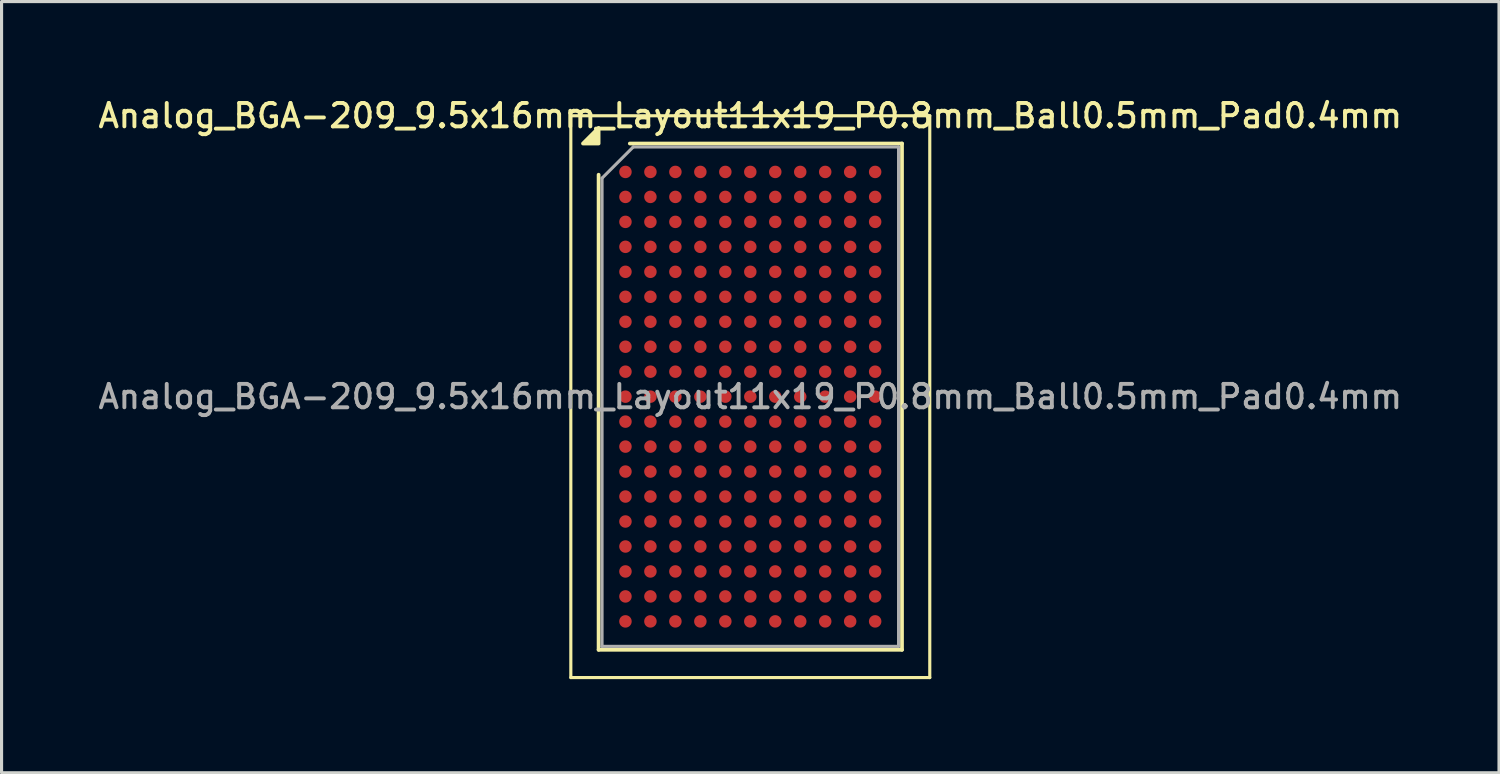
<source format=kicad_pcb>
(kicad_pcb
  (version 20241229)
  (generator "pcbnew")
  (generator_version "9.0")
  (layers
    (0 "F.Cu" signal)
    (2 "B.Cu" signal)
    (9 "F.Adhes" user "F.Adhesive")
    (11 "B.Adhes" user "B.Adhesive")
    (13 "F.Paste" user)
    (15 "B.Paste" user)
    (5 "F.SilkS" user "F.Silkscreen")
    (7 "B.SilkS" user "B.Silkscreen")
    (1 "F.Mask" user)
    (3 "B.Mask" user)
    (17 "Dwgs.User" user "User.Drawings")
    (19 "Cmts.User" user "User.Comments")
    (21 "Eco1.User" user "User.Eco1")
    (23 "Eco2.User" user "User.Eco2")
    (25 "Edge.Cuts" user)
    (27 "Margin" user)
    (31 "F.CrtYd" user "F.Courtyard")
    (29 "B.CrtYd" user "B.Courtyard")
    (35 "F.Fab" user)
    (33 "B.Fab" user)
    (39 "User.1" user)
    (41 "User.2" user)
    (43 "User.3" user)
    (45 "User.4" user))
  (footprint "Analog_BGA-209_9.5x16mm_Layout11x19_P0.8mm_Ball0.5mm_Pad0.4mm"
    (layer "F.Cu")
    (at 20.988 9.658)
    (property "Reference" "Analog_BGA-209_9.5x16mm_Layout11x19_P0.8mm_Ball0.5mm_Pad0.4mm" (at 0 -9 0) (layer "F.SilkS") (effects (font (size 0.75 0.75) (thickness 0.125))))
    (attr smd)
    (fp_line (start -5.75 -9) (end -5.75 9) (stroke (width 0.1) (type solid)) (layer "F.SilkS"))
    (fp_line (start -5.75 9) (end 5.75 9) (stroke (width 0.1) (type solid)) (layer "F.SilkS"))
    (fp_line (start -4.86 8.11) (end -4.86 -7.11) (stroke (width 0.12) (type solid)) (layer "F.SilkS"))
    (fp_line (start -3.86 -8.11) (end 4.86 -8.11) (stroke (width 0.12) (type solid)) (layer "F.SilkS"))
    (fp_line (start 4.86 -8.11) (end 4.86 8.11) (stroke (width 0.12) (type solid)) (layer "F.SilkS"))
    (fp_line (start 4.86 8.11) (end -4.86 8.11) (stroke (width 0.12) (type solid)) (layer "F.SilkS"))
    (fp_line (start 5.75 -9) (end -5.75 -9) (stroke (width 0.1) (type solid)) (layer "F.SilkS"))
    (fp_line (start 5.75 9) (end 5.75 -9) (stroke (width 0.1) (type solid)) (layer "F.SilkS"))
    (fp_poly (pts (xy -4.86 -8.11) (xy -5.36 -8.11) (xy -4.86 -8.61) (xy -4.86 -8.11)) (stroke (width 0.12) (type solid)) (fill yes) (layer "F.SilkS"))
    (fp_line (start -4.75 -7) (end -3.75 -8) (stroke (width 0.1) (type solid)) (layer "F.Fab"))
    (fp_line (start -4.75 8) (end -4.75 -7) (stroke (width 0.1) (type solid)) (layer "F.Fab"))
    (fp_line (start -3.75 -8) (end 4.75 -8) (stroke (width 0.1) (type solid)) (layer "F.Fab"))
    (fp_line (start 4.75 -8) (end 4.75 8) (stroke (width 0.1) (type solid)) (layer "F.Fab"))
    (fp_line (start 4.75 8) (end -4.75 8) (stroke (width 0.1) (type solid)) (layer "F.Fab"))
    (fp_text user "${REFERENCE}" (at 0 0 0) (layer "F.Fab") (effects (font (size 0.75 0.75) (thickness 0.125))))
    (pad "A1" smd circle (at -4 -7.2) (size 0.4 0.4) (property pad_prop_bga) (layers "F.Cu" "F.Mask" "F.Paste"))
    (pad "A2" smd circle (at -3.2 -7.2) (size 0.4 0.4) (property pad_prop_bga) (layers "F.Cu" "F.Mask" "F.Paste"))
    (pad "A3" smd circle (at -2.4 -7.2) (size 0.4 0.4) (property pad_prop_bga) (layers "F.Cu" "F.Mask" "F.Paste"))
    (pad "A4" smd circle (at -1.6 -7.2) (size 0.4 0.4) (property pad_prop_bga) (layers "F.Cu" "F.Mask" "F.Paste"))
    (pad "A5" smd circle (at -0.8 -7.2) (size 0.4 0.4) (property pad_prop_bga) (layers "F.Cu" "F.Mask" "F.Paste"))
    (pad "A6" smd circle (at 0 -7.2) (size 0.4 0.4) (property pad_prop_bga) (layers "F.Cu" "F.Mask" "F.Paste"))
    (pad "A7" smd circle (at 0.8 -7.2) (size 0.4 0.4) (property pad_prop_bga) (layers "F.Cu" "F.Mask" "F.Paste"))
    (pad "A8" smd circle (at 1.6 -7.2) (size 0.4 0.4) (property pad_prop_bga) (layers "F.Cu" "F.Mask" "F.Paste"))
    (pad "A9" smd circle (at 2.4 -7.2) (size 0.4 0.4) (property pad_prop_bga) (layers "F.Cu" "F.Mask" "F.Paste"))
    (pad "A10" smd circle (at 3.2 -7.2) (size 0.4 0.4) (property pad_prop_bga) (layers "F.Cu" "F.Mask" "F.Paste"))
    (pad "A11" smd circle (at 4 -7.2) (size 0.4 0.4) (property pad_prop_bga) (layers "F.Cu" "F.Mask" "F.Paste"))
    (pad "B1" smd circle (at -4 -6.4) (size 0.4 0.4) (property pad_prop_bga) (layers "F.Cu" "F.Mask" "F.Paste"))
    (pad "B2" smd circle (at -3.2 -6.4) (size 0.4 0.4) (property pad_prop_bga) (layers "F.Cu" "F.Mask" "F.Paste"))
    (pad "B3" smd circle (at -2.4 -6.4) (size 0.4 0.4) (property pad_prop_bga) (layers "F.Cu" "F.Mask" "F.Paste"))
    (pad "B4" smd circle (at -1.6 -6.4) (size 0.4 0.4) (property pad_prop_bga) (layers "F.Cu" "F.Mask" "F.Paste"))
    (pad "B5" smd circle (at -0.8 -6.4) (size 0.4 0.4) (property pad_prop_bga) (layers "F.Cu" "F.Mask" "F.Paste"))
    (pad "B6" smd circle (at 0 -6.4) (size 0.4 0.4) (property pad_prop_bga) (layers "F.Cu" "F.Mask" "F.Paste"))
    (pad "B7" smd circle (at 0.8 -6.4) (size 0.4 0.4) (property pad_prop_bga) (layers "F.Cu" "F.Mask" "F.Paste"))
    (pad "B8" smd circle (at 1.6 -6.4) (size 0.4 0.4) (property pad_prop_bga) (layers "F.Cu" "F.Mask" "F.Paste"))
    (pad "B9" smd circle (at 2.4 -6.4) (size 0.4 0.4) (property pad_prop_bga) (layers "F.Cu" "F.Mask" "F.Paste"))
    (pad "B10" smd circle (at 3.2 -6.4) (size 0.4 0.4) (property pad_prop_bga) (layers "F.Cu" "F.Mask" "F.Paste"))
    (pad "B11" smd circle (at 4 -6.4) (size 0.4 0.4) (property pad_prop_bga) (layers "F.Cu" "F.Mask" "F.Paste"))
    (pad "C1" smd circle (at -4 -5.6) (size 0.4 0.4) (property pad_prop_bga) (layers "F.Cu" "F.Mask" "F.Paste"))
    (pad "C2" smd circle (at -3.2 -5.6) (size 0.4 0.4) (property pad_prop_bga) (layers "F.Cu" "F.Mask" "F.Paste"))
    (pad "C3" smd circle (at -2.4 -5.6) (size 0.4 0.4) (property pad_prop_bga) (layers "F.Cu" "F.Mask" "F.Paste"))
    (pad "C4" smd circle (at -1.6 -5.6) (size 0.4 0.4) (property pad_prop_bga) (layers "F.Cu" "F.Mask" "F.Paste"))
    (pad "C5" smd circle (at -0.8 -5.6) (size 0.4 0.4) (property pad_prop_bga) (layers "F.Cu" "F.Mask" "F.Paste"))
    (pad "C6" smd circle (at 0 -5.6) (size 0.4 0.4) (property pad_prop_bga) (layers "F.Cu" "F.Mask" "F.Paste"))
    (pad "C7" smd circle (at 0.8 -5.6) (size 0.4 0.4) (property pad_prop_bga) (layers "F.Cu" "F.Mask" "F.Paste"))
    (pad "C8" smd circle (at 1.6 -5.6) (size 0.4 0.4) (property pad_prop_bga) (layers "F.Cu" "F.Mask" "F.Paste"))
    (pad "C9" smd circle (at 2.4 -5.6) (size 0.4 0.4) (property pad_prop_bga) (layers "F.Cu" "F.Mask" "F.Paste"))
    (pad "C10" smd circle (at 3.2 -5.6) (size 0.4 0.4) (property pad_prop_bga) (layers "F.Cu" "F.Mask" "F.Paste"))
    (pad "C11" smd circle (at 4 -5.6) (size 0.4 0.4) (property pad_prop_bga) (layers "F.Cu" "F.Mask" "F.Paste"))
    (pad "D1" smd circle (at -4 -4.8) (size 0.4 0.4) (property pad_prop_bga) (layers "F.Cu" "F.Mask" "F.Paste"))
    (pad "D2" smd circle (at -3.2 -4.8) (size 0.4 0.4) (property pad_prop_bga) (layers "F.Cu" "F.Mask" "F.Paste"))
    (pad "D3" smd circle (at -2.4 -4.8) (size 0.4 0.4) (property pad_prop_bga) (layers "F.Cu" "F.Mask" "F.Paste"))
    (pad "D4" smd circle (at -1.6 -4.8) (size 0.4 0.4) (property pad_prop_bga) (layers "F.Cu" "F.Mask" "F.Paste"))
    (pad "D5" smd circle (at -0.8 -4.8) (size 0.4 0.4) (property pad_prop_bga) (layers "F.Cu" "F.Mask" "F.Paste"))
    (pad "D6" smd circle (at 0 -4.8) (size 0.4 0.4) (property pad_prop_bga) (layers "F.Cu" "F.Mask" "F.Paste"))
    (pad "D7" smd circle (at 0.8 -4.8) (size 0.4 0.4) (property pad_prop_bga) (layers "F.Cu" "F.Mask" "F.Paste"))
    (pad "D8" smd circle (at 1.6 -4.8) (size 0.4 0.4) (property pad_prop_bga) (layers "F.Cu" "F.Mask" "F.Paste"))
    (pad "D9" smd circle (at 2.4 -4.8) (size 0.4 0.4) (property pad_prop_bga) (layers "F.Cu" "F.Mask" "F.Paste"))
    (pad "D10" smd circle (at 3.2 -4.8) (size 0.4 0.4) (property pad_prop_bga) (layers "F.Cu" "F.Mask" "F.Paste"))
    (pad "D11" smd circle (at 4 -4.8) (size 0.4 0.4) (property pad_prop_bga) (layers "F.Cu" "F.Mask" "F.Paste"))
    (pad "E1" smd circle (at -4 -4) (size 0.4 0.4) (property pad_prop_bga) (layers "F.Cu" "F.Mask" "F.Paste"))
    (pad "E2" smd circle (at -3.2 -4) (size 0.4 0.4) (property pad_prop_bga) (layers "F.Cu" "F.Mask" "F.Paste"))
    (pad "E3" smd circle (at -2.4 -4) (size 0.4 0.4) (property pad_prop_bga) (layers "F.Cu" "F.Mask" "F.Paste"))
    (pad "E4" smd circle (at -1.6 -4) (size 0.4 0.4) (property pad_prop_bga) (layers "F.Cu" "F.Mask" "F.Paste"))
    (pad "E5" smd circle (at -0.8 -4) (size 0.4 0.4) (property pad_prop_bga) (layers "F.Cu" "F.Mask" "F.Paste"))
    (pad "E6" smd circle (at 0 -4) (size 0.4 0.4) (property pad_prop_bga) (layers "F.Cu" "F.Mask" "F.Paste"))
    (pad "E7" smd circle (at 0.8 -4) (size 0.4 0.4) (property pad_prop_bga) (layers "F.Cu" "F.Mask" "F.Paste"))
    (pad "E8" smd circle (at 1.6 -4) (size 0.4 0.4) (property pad_prop_bga) (layers "F.Cu" "F.Mask" "F.Paste"))
    (pad "E9" smd circle (at 2.4 -4) (size 0.4 0.4) (property pad_prop_bga) (layers "F.Cu" "F.Mask" "F.Paste"))
    (pad "E10" smd circle (at 3.2 -4) (size 0.4 0.4) (property pad_prop_bga) (layers "F.Cu" "F.Mask" "F.Paste"))
    (pad "E11" smd circle (at 4 -4) (size 0.4 0.4) (property pad_prop_bga) (layers "F.Cu" "F.Mask" "F.Paste"))
    (pad "F1" smd circle (at -4 -3.2) (size 0.4 0.4) (property pad_prop_bga) (layers "F.Cu" "F.Mask" "F.Paste"))
    (pad "F2" smd circle (at -3.2 -3.2) (size 0.4 0.4) (property pad_prop_bga) (layers "F.Cu" "F.Mask" "F.Paste"))
    (pad "F3" smd circle (at -2.4 -3.2) (size 0.4 0.4) (property pad_prop_bga) (layers "F.Cu" "F.Mask" "F.Paste"))
    (pad "F4" smd circle (at -1.6 -3.2) (size 0.4 0.4) (property pad_prop_bga) (layers "F.Cu" "F.Mask" "F.Paste"))
    (pad "F5" smd circle (at -0.8 -3.2) (size 0.4 0.4) (property pad_prop_bga) (layers "F.Cu" "F.Mask" "F.Paste"))
    (pad "F6" smd circle (at 0 -3.2) (size 0.4 0.4) (property pad_prop_bga) (layers "F.Cu" "F.Mask" "F.Paste"))
    (pad "F7" smd circle (at 0.8 -3.2) (size 0.4 0.4) (property pad_prop_bga) (layers "F.Cu" "F.Mask" "F.Paste"))
    (pad "F8" smd circle (at 1.6 -3.2) (size 0.4 0.4) (property pad_prop_bga) (layers "F.Cu" "F.Mask" "F.Paste"))
    (pad "F9" smd circle (at 2.4 -3.2) (size 0.4 0.4) (property pad_prop_bga) (layers "F.Cu" "F.Mask" "F.Paste"))
    (pad "F10" smd circle (at 3.2 -3.2) (size 0.4 0.4) (property pad_prop_bga) (layers "F.Cu" "F.Mask" "F.Paste"))
    (pad "F11" smd circle (at 4 -3.2) (size 0.4 0.4) (property pad_prop_bga) (layers "F.Cu" "F.Mask" "F.Paste"))
    (pad "G1" smd circle (at -4 -2.4) (size 0.4 0.4) (property pad_prop_bga) (layers "F.Cu" "F.Mask" "F.Paste"))
    (pad "G2" smd circle (at -3.2 -2.4) (size 0.4 0.4) (property pad_prop_bga) (layers "F.Cu" "F.Mask" "F.Paste"))
    (pad "G3" smd circle (at -2.4 -2.4) (size 0.4 0.4) (property pad_prop_bga) (layers "F.Cu" "F.Mask" "F.Paste"))
    (pad "G4" smd circle (at -1.6 -2.4) (size 0.4 0.4) (property pad_prop_bga) (layers "F.Cu" "F.Mask" "F.Paste"))
    (pad "G5" smd circle (at -0.8 -2.4) (size 0.4 0.4) (property pad_prop_bga) (layers "F.Cu" "F.Mask" "F.Paste"))
    (pad "G6" smd circle (at 0 -2.4) (size 0.4 0.4) (property pad_prop_bga) (layers "F.Cu" "F.Mask" "F.Paste"))
    (pad "G7" smd circle (at 0.8 -2.4) (size 0.4 0.4) (property pad_prop_bga) (layers "F.Cu" "F.Mask" "F.Paste"))
    (pad "G8" smd circle (at 1.6 -2.4) (size 0.4 0.4) (property pad_prop_bga) (layers "F.Cu" "F.Mask" "F.Paste"))
    (pad "G9" smd circle (at 2.4 -2.4) (size 0.4 0.4) (property pad_prop_bga) (layers "F.Cu" "F.Mask" "F.Paste"))
    (pad "G10" smd circle (at 3.2 -2.4) (size 0.4 0.4) (property pad_prop_bga) (layers "F.Cu" "F.Mask" "F.Paste"))
    (pad "G11" smd circle (at 4 -2.4) (size 0.4 0.4) (property pad_prop_bga) (layers "F.Cu" "F.Mask" "F.Paste"))
    (pad "H1" smd circle (at -4 -1.6) (size 0.4 0.4) (property pad_prop_bga) (layers "F.Cu" "F.Mask" "F.Paste"))
    (pad "H2" smd circle (at -3.2 -1.6) (size 0.4 0.4) (property pad_prop_bga) (layers "F.Cu" "F.Mask" "F.Paste"))
    (pad "H3" smd circle (at -2.4 -1.6) (size 0.4 0.4) (property pad_prop_bga) (layers "F.Cu" "F.Mask" "F.Paste"))
    (pad "H4" smd circle (at -1.6 -1.6) (size 0.4 0.4) (property pad_prop_bga) (layers "F.Cu" "F.Mask" "F.Paste"))
    (pad "H5" smd circle (at -0.8 -1.6) (size 0.4 0.4) (property pad_prop_bga) (layers "F.Cu" "F.Mask" "F.Paste"))
    (pad "H6" smd circle (at 0 -1.6) (size 0.4 0.4) (property pad_prop_bga) (layers "F.Cu" "F.Mask" "F.Paste"))
    (pad "H7" smd circle (at 0.8 -1.6) (size 0.4 0.4) (property pad_prop_bga) (layers "F.Cu" "F.Mask" "F.Paste"))
    (pad "H8" smd circle (at 1.6 -1.6) (size 0.4 0.4) (property pad_prop_bga) (layers "F.Cu" "F.Mask" "F.Paste"))
    (pad "H9" smd circle (at 2.4 -1.6) (size 0.4 0.4) (property pad_prop_bga) (layers "F.Cu" "F.Mask" "F.Paste"))
    (pad "H10" smd circle (at 3.2 -1.6) (size 0.4 0.4) (property pad_prop_bga) (layers "F.Cu" "F.Mask" "F.Paste"))
    (pad "H11" smd circle (at 4 -1.6) (size 0.4 0.4) (property pad_prop_bga) (layers "F.Cu" "F.Mask" "F.Paste"))
    (pad "J1" smd circle (at -4 -0.8) (size 0.4 0.4) (property pad_prop_bga) (layers "F.Cu" "F.Mask" "F.Paste"))
    (pad "J2" smd circle (at -3.2 -0.8) (size 0.4 0.4) (property pad_prop_bga) (layers "F.Cu" "F.Mask" "F.Paste"))
    (pad "J3" smd circle (at -2.4 -0.8) (size 0.4 0.4) (property pad_prop_bga) (layers "F.Cu" "F.Mask" "F.Paste"))
    (pad "J4" smd circle (at -1.6 -0.8) (size 0.4 0.4) (property pad_prop_bga) (layers "F.Cu" "F.Mask" "F.Paste"))
    (pad "J5" smd circle (at -0.8 -0.8) (size 0.4 0.4) (property pad_prop_bga) (layers "F.Cu" "F.Mask" "F.Paste"))
    (pad "J6" smd circle (at 0 -0.8) (size 0.4 0.4) (property pad_prop_bga) (layers "F.Cu" "F.Mask" "F.Paste"))
    (pad "J7" smd circle (at 0.8 -0.8) (size 0.4 0.4) (property pad_prop_bga) (layers "F.Cu" "F.Mask" "F.Paste"))
    (pad "J8" smd circle (at 1.6 -0.8) (size 0.4 0.4) (property pad_prop_bga) (layers "F.Cu" "F.Mask" "F.Paste"))
    (pad "J9" smd circle (at 2.4 -0.8) (size 0.4 0.4) (property pad_prop_bga) (layers "F.Cu" "F.Mask" "F.Paste"))
    (pad "J10" smd circle (at 3.2 -0.8) (size 0.4 0.4) (property pad_prop_bga) (layers "F.Cu" "F.Mask" "F.Paste"))
    (pad "J11" smd circle (at 4 -0.8) (size 0.4 0.4) (property pad_prop_bga) (layers "F.Cu" "F.Mask" "F.Paste"))
    (pad "K1" smd circle (at -4 0) (size 0.4 0.4) (property pad_prop_bga) (layers "F.Cu" "F.Mask" "F.Paste"))
    (pad "K2" smd circle (at -3.2 0) (size 0.4 0.4) (property pad_prop_bga) (layers "F.Cu" "F.Mask" "F.Paste"))
    (pad "K3" smd circle (at -2.4 0) (size 0.4 0.4) (property pad_prop_bga) (layers "F.Cu" "F.Mask" "F.Paste"))
    (pad "K4" smd circle (at -1.6 0) (size 0.4 0.4) (property pad_prop_bga) (layers "F.Cu" "F.Mask" "F.Paste"))
    (pad "K5" smd circle (at -0.8 0) (size 0.4 0.4) (property pad_prop_bga) (layers "F.Cu" "F.Mask" "F.Paste"))
    (pad "K6" smd circle (at 0 0) (size 0.4 0.4) (property pad_prop_bga) (layers "F.Cu" "F.Mask" "F.Paste"))
    (pad "K7" smd circle (at 0.8 0) (size 0.4 0.4) (property pad_prop_bga) (layers "F.Cu" "F.Mask" "F.Paste"))
    (pad "K8" smd circle (at 1.6 0) (size 0.4 0.4) (property pad_prop_bga) (layers "F.Cu" "F.Mask" "F.Paste"))
    (pad "K9" smd circle (at 2.4 0) (size 0.4 0.4) (property pad_prop_bga) (layers "F.Cu" "F.Mask" "F.Paste"))
    (pad "K10" smd circle (at 3.2 0) (size 0.4 0.4) (property pad_prop_bga) (layers "F.Cu" "F.Mask" "F.Paste"))
    (pad "K11" smd circle (at 4 0) (size 0.4 0.4) (property pad_prop_bga) (layers "F.Cu" "F.Mask" "F.Paste"))
    (pad "L1" smd circle (at -4 0.8) (size 0.4 0.4) (property pad_prop_bga) (layers "F.Cu" "F.Mask" "F.Paste"))
    (pad "L2" smd circle (at -3.2 0.8) (size 0.4 0.4) (property pad_prop_bga) (layers "F.Cu" "F.Mask" "F.Paste"))
    (pad "L3" smd circle (at -2.4 0.8) (size 0.4 0.4) (property pad_prop_bga) (layers "F.Cu" "F.Mask" "F.Paste"))
    (pad "L4" smd circle (at -1.6 0.8) (size 0.4 0.4) (property pad_prop_bga) (layers "F.Cu" "F.Mask" "F.Paste"))
    (pad "L5" smd circle (at -0.8 0.8) (size 0.4 0.4) (property pad_prop_bga) (layers "F.Cu" "F.Mask" "F.Paste"))
    (pad "L6" smd circle (at 0 0.8) (size 0.4 0.4) (property pad_prop_bga) (layers "F.Cu" "F.Mask" "F.Paste"))
    (pad "L7" smd circle (at 0.8 0.8) (size 0.4 0.4) (property pad_prop_bga) (layers "F.Cu" "F.Mask" "F.Paste"))
    (pad "L8" smd circle (at 1.6 0.8) (size 0.4 0.4) (property pad_prop_bga) (layers "F.Cu" "F.Mask" "F.Paste"))
    (pad "L9" smd circle (at 2.4 0.8) (size 0.4 0.4) (property pad_prop_bga) (layers "F.Cu" "F.Mask" "F.Paste"))
    (pad "L10" smd circle (at 3.2 0.8) (size 0.4 0.4) (property pad_prop_bga) (layers "F.Cu" "F.Mask" "F.Paste"))
    (pad "L11" smd circle (at 4 0.8) (size 0.4 0.4) (property pad_prop_bga) (layers "F.Cu" "F.Mask" "F.Paste"))
    (pad "M1" smd circle (at -4 1.6) (size 0.4 0.4) (property pad_prop_bga) (layers "F.Cu" "F.Mask" "F.Paste"))
    (pad "M2" smd circle (at -3.2 1.6) (size 0.4 0.4) (property pad_prop_bga) (layers "F.Cu" "F.Mask" "F.Paste"))
    (pad "M3" smd circle (at -2.4 1.6) (size 0.4 0.4) (property pad_prop_bga) (layers "F.Cu" "F.Mask" "F.Paste"))
    (pad "M4" smd circle (at -1.6 1.6) (size 0.4 0.4) (property pad_prop_bga) (layers "F.Cu" "F.Mask" "F.Paste"))
    (pad "M5" smd circle (at -0.8 1.6) (size 0.4 0.4) (property pad_prop_bga) (layers "F.Cu" "F.Mask" "F.Paste"))
    (pad "M6" smd circle (at 0 1.6) (size 0.4 0.4) (property pad_prop_bga) (layers "F.Cu" "F.Mask" "F.Paste"))
    (pad "M7" smd circle (at 0.8 1.6) (size 0.4 0.4) (property pad_prop_bga) (layers "F.Cu" "F.Mask" "F.Paste"))
    (pad "M8" smd circle (at 1.6 1.6) (size 0.4 0.4) (property pad_prop_bga) (layers "F.Cu" "F.Mask" "F.Paste"))
    (pad "M9" smd circle (at 2.4 1.6) (size 0.4 0.4) (property pad_prop_bga) (layers "F.Cu" "F.Mask" "F.Paste"))
    (pad "M10" smd circle (at 3.2 1.6) (size 0.4 0.4) (property pad_prop_bga) (layers "F.Cu" "F.Mask" "F.Paste"))
    (pad "M11" smd circle (at 4 1.6) (size 0.4 0.4) (property pad_prop_bga) (layers "F.Cu" "F.Mask" "F.Paste"))
    (pad "N1" smd circle (at -4 2.4) (size 0.4 0.4) (property pad_prop_bga) (layers "F.Cu" "F.Mask" "F.Paste"))
    (pad "N2" smd circle (at -3.2 2.4) (size 0.4 0.4) (property pad_prop_bga) (layers "F.Cu" "F.Mask" "F.Paste"))
    (pad "N3" smd circle (at -2.4 2.4) (size 0.4 0.4) (property pad_prop_bga) (layers "F.Cu" "F.Mask" "F.Paste"))
    (pad "N4" smd circle (at -1.6 2.4) (size 0.4 0.4) (property pad_prop_bga) (layers "F.Cu" "F.Mask" "F.Paste"))
    (pad "N5" smd circle (at -0.8 2.4) (size 0.4 0.4) (property pad_prop_bga) (layers "F.Cu" "F.Mask" "F.Paste"))
    (pad "N6" smd circle (at 0 2.4) (size 0.4 0.4) (property pad_prop_bga) (layers "F.Cu" "F.Mask" "F.Paste"))
    (pad "N7" smd circle (at 0.8 2.4) (size 0.4 0.4) (property pad_prop_bga) (layers "F.Cu" "F.Mask" "F.Paste"))
    (pad "N8" smd circle (at 1.6 2.4) (size 0.4 0.4) (property pad_prop_bga) (layers "F.Cu" "F.Mask" "F.Paste"))
    (pad "N9" smd circle (at 2.4 2.4) (size 0.4 0.4) (property pad_prop_bga) (layers "F.Cu" "F.Mask" "F.Paste"))
    (pad "N10" smd circle (at 3.2 2.4) (size 0.4 0.4) (property pad_prop_bga) (layers "F.Cu" "F.Mask" "F.Paste"))
    (pad "N11" smd circle (at 4 2.4) (size 0.4 0.4) (property pad_prop_bga) (layers "F.Cu" "F.Mask" "F.Paste"))
    (pad "P1" smd circle (at -4 3.2) (size 0.4 0.4) (property pad_prop_bga) (layers "F.Cu" "F.Mask" "F.Paste"))
    (pad "P2" smd circle (at -3.2 3.2) (size 0.4 0.4) (property pad_prop_bga) (layers "F.Cu" "F.Mask" "F.Paste"))
    (pad "P3" smd circle (at -2.4 3.2) (size 0.4 0.4) (property pad_prop_bga) (layers "F.Cu" "F.Mask" "F.Paste"))
    (pad "P4" smd circle (at -1.6 3.2) (size 0.4 0.4) (property pad_prop_bga) (layers "F.Cu" "F.Mask" "F.Paste"))
    (pad "P5" smd circle (at -0.8 3.2) (size 0.4 0.4) (property pad_prop_bga) (layers "F.Cu" "F.Mask" "F.Paste"))
    (pad "P6" smd circle (at 0 3.2) (size 0.4 0.4) (property pad_prop_bga) (layers "F.Cu" "F.Mask" "F.Paste"))
    (pad "P7" smd circle (at 0.8 3.2) (size 0.4 0.4) (property pad_prop_bga) (layers "F.Cu" "F.Mask" "F.Paste"))
    (pad "P8" smd circle (at 1.6 3.2) (size 0.4 0.4) (property pad_prop_bga) (layers "F.Cu" "F.Mask" "F.Paste"))
    (pad "P9" smd circle (at 2.4 3.2) (size 0.4 0.4) (property pad_prop_bga) (layers "F.Cu" "F.Mask" "F.Paste"))
    (pad "P10" smd circle (at 3.2 3.2) (size 0.4 0.4) (property pad_prop_bga) (layers "F.Cu" "F.Mask" "F.Paste"))
    (pad "P11" smd circle (at 4 3.2) (size 0.4 0.4) (property pad_prop_bga) (layers "F.Cu" "F.Mask" "F.Paste"))
    (pad "R1" smd circle (at -4 4) (size 0.4 0.4) (property pad_prop_bga) (layers "F.Cu" "F.Mask" "F.Paste"))
    (pad "R2" smd circle (at -3.2 4) (size 0.4 0.4) (property pad_prop_bga) (layers "F.Cu" "F.Mask" "F.Paste"))
    (pad "R3" smd circle (at -2.4 4) (size 0.4 0.4) (property pad_prop_bga) (layers "F.Cu" "F.Mask" "F.Paste"))
    (pad "R4" smd circle (at -1.6 4) (size 0.4 0.4) (property pad_prop_bga) (layers "F.Cu" "F.Mask" "F.Paste"))
    (pad "R5" smd circle (at -0.8 4) (size 0.4 0.4) (property pad_prop_bga) (layers "F.Cu" "F.Mask" "F.Paste"))
    (pad "R6" smd circle (at 0 4) (size 0.4 0.4) (property pad_prop_bga) (layers "F.Cu" "F.Mask" "F.Paste"))
    (pad "R7" smd circle (at 0.8 4) (size 0.4 0.4) (property pad_prop_bga) (layers "F.Cu" "F.Mask" "F.Paste"))
    (pad "R8" smd circle (at 1.6 4) (size 0.4 0.4) (property pad_prop_bga) (layers "F.Cu" "F.Mask" "F.Paste"))
    (pad "R9" smd circle (at 2.4 4) (size 0.4 0.4) (property pad_prop_bga) (layers "F.Cu" "F.Mask" "F.Paste"))
    (pad "R10" smd circle (at 3.2 4) (size 0.4 0.4) (property pad_prop_bga) (layers "F.Cu" "F.Mask" "F.Paste"))
    (pad "R11" smd circle (at 4 4) (size 0.4 0.4) (property pad_prop_bga) (layers "F.Cu" "F.Mask" "F.Paste"))
    (pad "T1" smd circle (at -4 4.8) (size 0.4 0.4) (property pad_prop_bga) (layers "F.Cu" "F.Mask" "F.Paste"))
    (pad "T2" smd circle (at -3.2 4.8) (size 0.4 0.4) (property pad_prop_bga) (layers "F.Cu" "F.Mask" "F.Paste"))
    (pad "T3" smd circle (at -2.4 4.8) (size 0.4 0.4) (property pad_prop_bga) (layers "F.Cu" "F.Mask" "F.Paste"))
    (pad "T4" smd circle (at -1.6 4.8) (size 0.4 0.4) (property pad_prop_bga) (layers "F.Cu" "F.Mask" "F.Paste"))
    (pad "T5" smd circle (at -0.8 4.8) (size 0.4 0.4) (property pad_prop_bga) (layers "F.Cu" "F.Mask" "F.Paste"))
    (pad "T6" smd circle (at 0 4.8) (size 0.4 0.4) (property pad_prop_bga) (layers "F.Cu" "F.Mask" "F.Paste"))
    (pad "T7" smd circle (at 0.8 4.8) (size 0.4 0.4) (property pad_prop_bga) (layers "F.Cu" "F.Mask" "F.Paste"))
    (pad "T8" smd circle (at 1.6 4.8) (size 0.4 0.4) (property pad_prop_bga) (layers "F.Cu" "F.Mask" "F.Paste"))
    (pad "T9" smd circle (at 2.4 4.8) (size 0.4 0.4) (property pad_prop_bga) (layers "F.Cu" "F.Mask" "F.Paste"))
    (pad "T10" smd circle (at 3.2 4.8) (size 0.4 0.4) (property pad_prop_bga) (layers "F.Cu" "F.Mask" "F.Paste"))
    (pad "T11" smd circle (at 4 4.8) (size 0.4 0.4) (property pad_prop_bga) (layers "F.Cu" "F.Mask" "F.Paste"))
    (pad "U1" smd circle (at -4 5.6) (size 0.4 0.4) (property pad_prop_bga) (layers "F.Cu" "F.Mask" "F.Paste"))
    (pad "U2" smd circle (at -3.2 5.6) (size 0.4 0.4) (property pad_prop_bga) (layers "F.Cu" "F.Mask" "F.Paste"))
    (pad "U3" smd circle (at -2.4 5.6) (size 0.4 0.4) (property pad_prop_bga) (layers "F.Cu" "F.Mask" "F.Paste"))
    (pad "U4" smd circle (at -1.6 5.6) (size 0.4 0.4) (property pad_prop_bga) (layers "F.Cu" "F.Mask" "F.Paste"))
    (pad "U5" smd circle (at -0.8 5.6) (size 0.4 0.4) (property pad_prop_bga) (layers "F.Cu" "F.Mask" "F.Paste"))
    (pad "U6" smd circle (at 0 5.6) (size 0.4 0.4) (property pad_prop_bga) (layers "F.Cu" "F.Mask" "F.Paste"))
    (pad "U7" smd circle (at 0.8 5.6) (size 0.4 0.4) (property pad_prop_bga) (layers "F.Cu" "F.Mask" "F.Paste"))
    (pad "U8" smd circle (at 1.6 5.6) (size 0.4 0.4) (property pad_prop_bga) (layers "F.Cu" "F.Mask" "F.Paste"))
    (pad "U9" smd circle (at 2.4 5.6) (size 0.4 0.4) (property pad_prop_bga) (layers "F.Cu" "F.Mask" "F.Paste"))
    (pad "U10" smd circle (at 3.2 5.6) (size 0.4 0.4) (property pad_prop_bga) (layers "F.Cu" "F.Mask" "F.Paste"))
    (pad "U11" smd circle (at 4 5.6) (size 0.4 0.4) (property pad_prop_bga) (layers "F.Cu" "F.Mask" "F.Paste"))
    (pad "V1" smd circle (at -4 6.4) (size 0.4 0.4) (property pad_prop_bga) (layers "F.Cu" "F.Mask" "F.Paste"))
    (pad "V2" smd circle (at -3.2 6.4) (size 0.4 0.4) (property pad_prop_bga) (layers "F.Cu" "F.Mask" "F.Paste"))
    (pad "V3" smd circle (at -2.4 6.4) (size 0.4 0.4) (property pad_prop_bga) (layers "F.Cu" "F.Mask" "F.Paste"))
    (pad "V4" smd circle (at -1.6 6.4) (size 0.4 0.4) (property pad_prop_bga) (layers "F.Cu" "F.Mask" "F.Paste"))
    (pad "V5" smd circle (at -0.8 6.4) (size 0.4 0.4) (property pad_prop_bga) (layers "F.Cu" "F.Mask" "F.Paste"))
    (pad "V6" smd circle (at 0 6.4) (size 0.4 0.4) (property pad_prop_bga) (layers "F.Cu" "F.Mask" "F.Paste"))
    (pad "V7" smd circle (at 0.8 6.4) (size 0.4 0.4) (property pad_prop_bga) (layers "F.Cu" "F.Mask" "F.Paste"))
    (pad "V8" smd circle (at 1.6 6.4) (size 0.4 0.4) (property pad_prop_bga) (layers "F.Cu" "F.Mask" "F.Paste"))
    (pad "V9" smd circle (at 2.4 6.4) (size 0.4 0.4) (property pad_prop_bga) (layers "F.Cu" "F.Mask" "F.Paste"))
    (pad "V10" smd circle (at 3.2 6.4) (size 0.4 0.4) (property pad_prop_bga) (layers "F.Cu" "F.Mask" "F.Paste"))
    (pad "V11" smd circle (at 4 6.4) (size 0.4 0.4) (property pad_prop_bga) (layers "F.Cu" "F.Mask" "F.Paste"))
    (pad "W1" smd circle (at -4 7.2) (size 0.4 0.4) (property pad_prop_bga) (layers "F.Cu" "F.Mask" "F.Paste"))
    (pad "W2" smd circle (at -3.2 7.2) (size 0.4 0.4) (property pad_prop_bga) (layers "F.Cu" "F.Mask" "F.Paste"))
    (pad "W3" smd circle (at -2.4 7.2) (size 0.4 0.4) (property pad_prop_bga) (layers "F.Cu" "F.Mask" "F.Paste"))
    (pad "W4" smd circle (at -1.6 7.2) (size 0.4 0.4) (property pad_prop_bga) (layers "F.Cu" "F.Mask" "F.Paste"))
    (pad "W5" smd circle (at -0.8 7.2) (size 0.4 0.4) (property pad_prop_bga) (layers "F.Cu" "F.Mask" "F.Paste"))
    (pad "W6" smd circle (at 0 7.2) (size 0.4 0.4) (property pad_prop_bga) (layers "F.Cu" "F.Mask" "F.Paste"))
    (pad "W7" smd circle (at 0.8 7.2) (size 0.4 0.4) (property pad_prop_bga) (layers "F.Cu" "F.Mask" "F.Paste"))
    (pad "W8" smd circle (at 1.6 7.2) (size 0.4 0.4) (property pad_prop_bga) (layers "F.Cu" "F.Mask" "F.Paste"))
    (pad "W9" smd circle (at 2.4 7.2) (size 0.4 0.4) (property pad_prop_bga) (layers "F.Cu" "F.Mask" "F.Paste"))
    (pad "W10" smd circle (at 3.2 7.2) (size 0.4 0.4) (property pad_prop_bga) (layers "F.Cu" "F.Mask" "F.Paste"))
    (pad "W11" smd circle (at 4 7.2) (size 0.4 0.4) (property pad_prop_bga) (layers "F.Cu" "F.Mask" "F.Paste")))
  (gr_rect
    (start -3 -3)
    (end 44.975 21.708)
    (stroke (width 0.1) (type default))
    (fill no)
    (layer "Edge.Cuts")))
</source>
